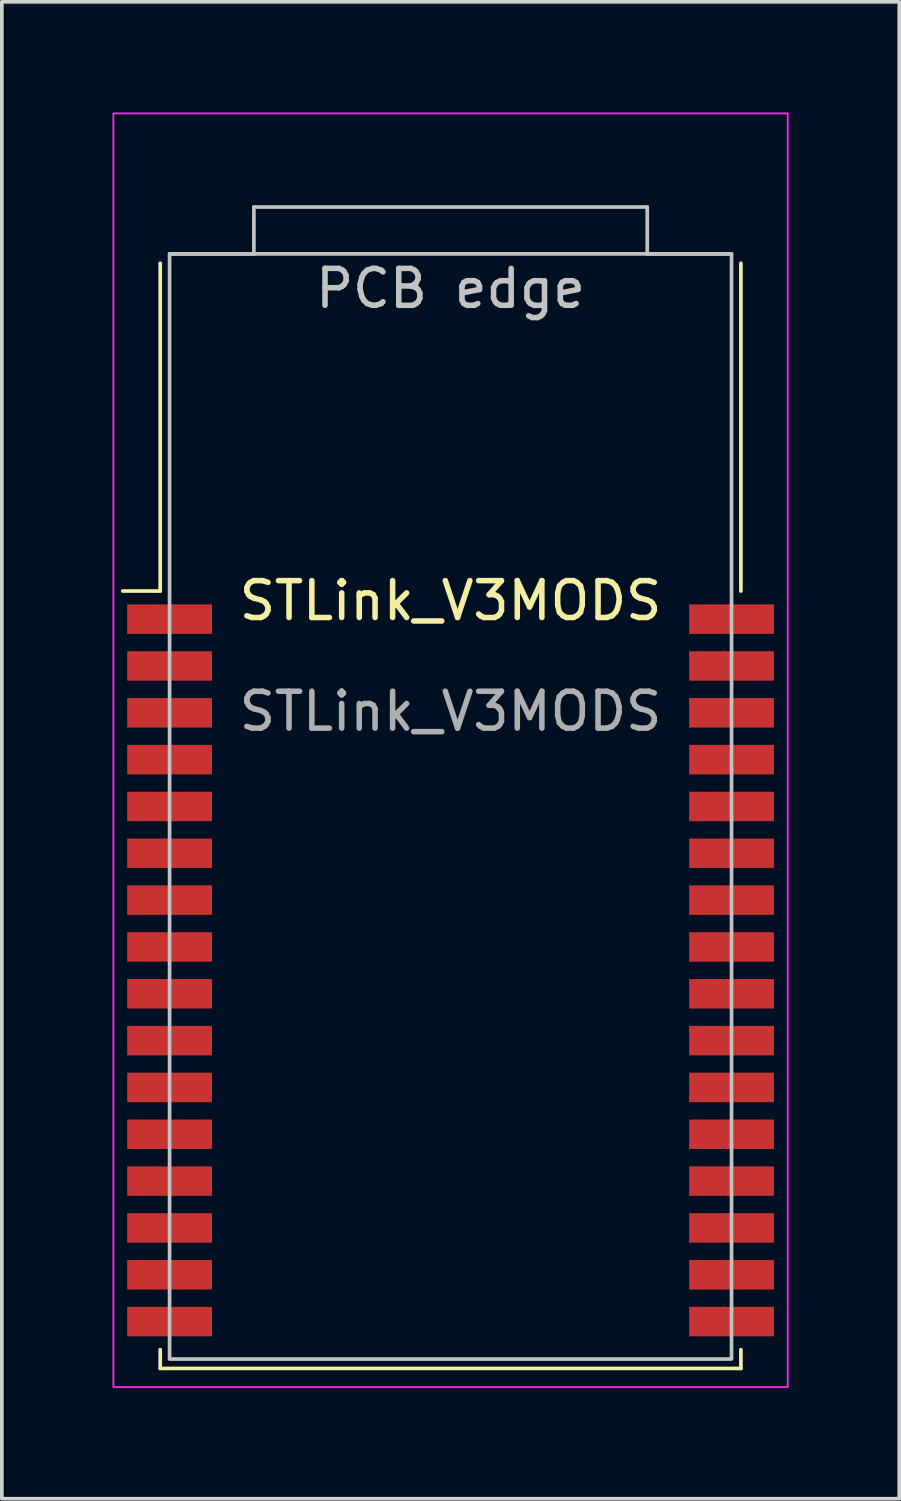
<source format=kicad_pcb>
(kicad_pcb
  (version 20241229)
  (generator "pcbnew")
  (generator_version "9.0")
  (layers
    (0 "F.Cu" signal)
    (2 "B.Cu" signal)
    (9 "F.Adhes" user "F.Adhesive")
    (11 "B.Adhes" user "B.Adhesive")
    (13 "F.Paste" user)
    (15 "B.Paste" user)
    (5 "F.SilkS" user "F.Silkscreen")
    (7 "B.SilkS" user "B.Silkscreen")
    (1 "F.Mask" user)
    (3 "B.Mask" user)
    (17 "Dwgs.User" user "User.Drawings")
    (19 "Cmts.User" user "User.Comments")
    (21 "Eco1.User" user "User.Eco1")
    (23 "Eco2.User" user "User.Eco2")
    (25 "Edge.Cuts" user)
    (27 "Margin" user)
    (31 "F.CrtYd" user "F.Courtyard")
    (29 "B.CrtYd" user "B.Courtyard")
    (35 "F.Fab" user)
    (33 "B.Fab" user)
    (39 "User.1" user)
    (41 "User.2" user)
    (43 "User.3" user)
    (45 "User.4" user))
  (footprint "STLink_V3MODS"
    (layer "F.Cu")
    (at 9.169 13.741)
    (property "Reference" "STLink_V3MODS" (at 0 -0.5 0) (unlocked yes) (layer "F.SilkS") (effects (font (size 1 1) (thickness 0.15))))
    (attr smd)
    (fp_line (start -7.874 -0.762) (end -8.89 -0.762) (stroke (width 0.1) (type default)) (layer "F.SilkS"))
    (fp_line (start -7.874 -0.762) (end -7.874 -9.652) (stroke (width 0.1) (type default)) (layer "F.SilkS"))
    (fp_line (start -7.874 20.32) (end -7.874 19.812) (stroke (width 0.1) (type default)) (layer "F.SilkS"))
    (fp_line (start -7.874 20.32) (end 7.874 20.32) (stroke (width 0.1) (type default)) (layer "F.SilkS"))
    (fp_line (start 7.874 -0.762) (end 7.874 -9.652) (stroke (width 0.1) (type default)) (layer "F.SilkS"))
    (fp_line (start 7.874 20.32) (end 7.874 19.812) (stroke (width 0.1) (type default)) (layer "F.SilkS"))
    (fp_line (start -5.334 -11.176) (end 5.334 -11.176) (stroke (width 0.1) (type default)) (layer "Dwgs.User"))
    (fp_line (start -5.334 -9.906) (end -7.62 -9.906) (stroke (width 0.1) (type default)) (layer "Dwgs.User"))
    (fp_line (start -5.334 -9.906) (end -5.334 -11.176) (stroke (width 0.1) (type default)) (layer "Dwgs.User"))
    (fp_line (start 5.334 -11.176) (end 5.334 -9.906) (stroke (width 0.1) (type default)) (layer "Dwgs.User"))
    (fp_line (start 7.62 -9.906) (end 5.334 -9.906) (stroke (width 0.1) (type default)) (layer "Dwgs.User"))
    (fp_rect (start -7.62 -9.906) (end 7.62 20.066) (stroke (width 0.1) (type default)) (fill no) (layer "Dwgs.User"))
    (fp_rect (start -9.144 20.828) (end 9.144 -13.716) (stroke (width 0.05) (type default)) (fill no) (layer "F.CrtYd"))
    (fp_text user "PCB edge" (at 0 -8.382 0) (unlocked yes) (layer "Dwgs.User") (effects (font (size 1 1) (thickness 0.15)) (justify bottom)))
    (fp_text user "${REFERENCE}" (at 0 2.5 0) (unlocked yes) (layer "F.Fab") (effects (font (size 1 1) (thickness 0.15))))
    (pad "1" smd rect (at -7.62 0) (size 2.3 0.8) (layers "F.Cu" "F.Mask" "F.Paste"))
    (pad "2" smd rect (at -7.62 1.27) (size 2.3 0.8) (layers "F.Cu" "F.Mask" "F.Paste"))
    (pad "3" smd rect (at -7.62 2.54) (size 2.3 0.8) (layers "F.Cu" "F.Mask" "F.Paste"))
    (pad "4" smd rect (at -7.62 3.81) (size 2.3 0.8) (layers "F.Cu" "F.Mask" "F.Paste"))
    (pad "5" smd rect (at -7.62 5.08) (size 2.3 0.8) (layers "F.Cu" "F.Mask" "F.Paste"))
    (pad "6" smd rect (at -7.62 6.35) (size 2.3 0.8) (layers "F.Cu" "F.Mask" "F.Paste"))
    (pad "7" smd rect (at -7.62 7.62) (size 2.3 0.8) (layers "F.Cu" "F.Mask" "F.Paste"))
    (pad "8" smd rect (at -7.62 8.89) (size 2.3 0.8) (layers "F.Cu" "F.Mask" "F.Paste"))
    (pad "9" smd rect (at -7.62 10.16) (size 2.3 0.8) (layers "F.Cu" "F.Mask" "F.Paste"))
    (pad "10" smd rect (at -7.62 11.43) (size 2.3 0.8) (layers "F.Cu" "F.Mask" "F.Paste"))
    (pad "11" smd rect (at -7.62 12.7) (size 2.3 0.8) (layers "F.Cu" "F.Mask" "F.Paste"))
    (pad "12" smd rect (at -7.62 13.97) (size 2.3 0.8) (layers "F.Cu" "F.Mask" "F.Paste"))
    (pad "13" smd rect (at -7.62 15.24) (size 2.3 0.8) (layers "F.Cu" "F.Mask" "F.Paste"))
    (pad "14" smd rect (at -7.62 16.51) (size 2.3 0.8) (layers "F.Cu" "F.Mask" "F.Paste"))
    (pad "15" smd rect (at -7.62 17.78) (size 2.3 0.8) (layers "F.Cu" "F.Mask" "F.Paste"))
    (pad "16" smd rect (at -7.62 19.05) (size 2.3 0.8) (layers "F.Cu" "F.Mask" "F.Paste"))
    (pad "17" smd rect (at 7.62 19.05) (size 2.3 0.8) (layers "F.Cu" "F.Mask" "F.Paste"))
    (pad "18" smd rect (at 7.62 17.78) (size 2.3 0.8) (layers "F.Cu" "F.Mask" "F.Paste"))
    (pad "19" smd rect (at 7.62 16.51) (size 2.3 0.8) (layers "F.Cu" "F.Mask" "F.Paste"))
    (pad "20" smd rect (at 7.62 15.24) (size 2.3 0.8) (layers "F.Cu" "F.Mask" "F.Paste"))
    (pad "21" smd rect (at 7.62 13.97) (size 2.3 0.8) (layers "F.Cu" "F.Mask" "F.Paste"))
    (pad "22" smd rect (at 7.62 12.7) (size 2.3 0.8) (layers "F.Cu" "F.Mask" "F.Paste"))
    (pad "23" smd rect (at 7.62 11.43) (size 2.3 0.8) (layers "F.Cu" "F.Mask" "F.Paste"))
    (pad "24" smd rect (at 7.62 10.16) (size 2.3 0.8) (layers "F.Cu" "F.Mask" "F.Paste"))
    (pad "25" smd rect (at 7.62 8.89) (size 2.3 0.8) (layers "F.Cu" "F.Mask" "F.Paste"))
    (pad "26" smd rect (at 7.62 7.62) (size 2.3 0.8) (layers "F.Cu" "F.Mask" "F.Paste"))
    (pad "27" smd rect (at 7.62 6.35) (size 2.3 0.8) (layers "F.Cu" "F.Mask" "F.Paste"))
    (pad "28" smd rect (at 7.62 5.08) (size 2.3 0.8) (layers "F.Cu" "F.Mask" "F.Paste"))
    (pad "29" smd rect (at 7.62 3.81) (size 2.3 0.8) (layers "F.Cu" "F.Mask" "F.Paste"))
    (pad "30" smd rect (at 7.62 2.54) (size 2.3 0.8) (layers "F.Cu" "F.Mask" "F.Paste"))
    (pad "31" smd rect (at 7.62 1.27) (size 2.3 0.8) (layers "F.Cu" "F.Mask" "F.Paste"))
    (pad "32" smd rect (at 7.62 0) (size 2.3 0.8) (layers "F.Cu" "F.Mask" "F.Paste")))
  (gr_rect
    (start -3 -3)
    (end 21.338 37.594)
    (stroke (width 0.1) (type default))
    (fill no)
    (layer "Edge.Cuts")))
</source>
